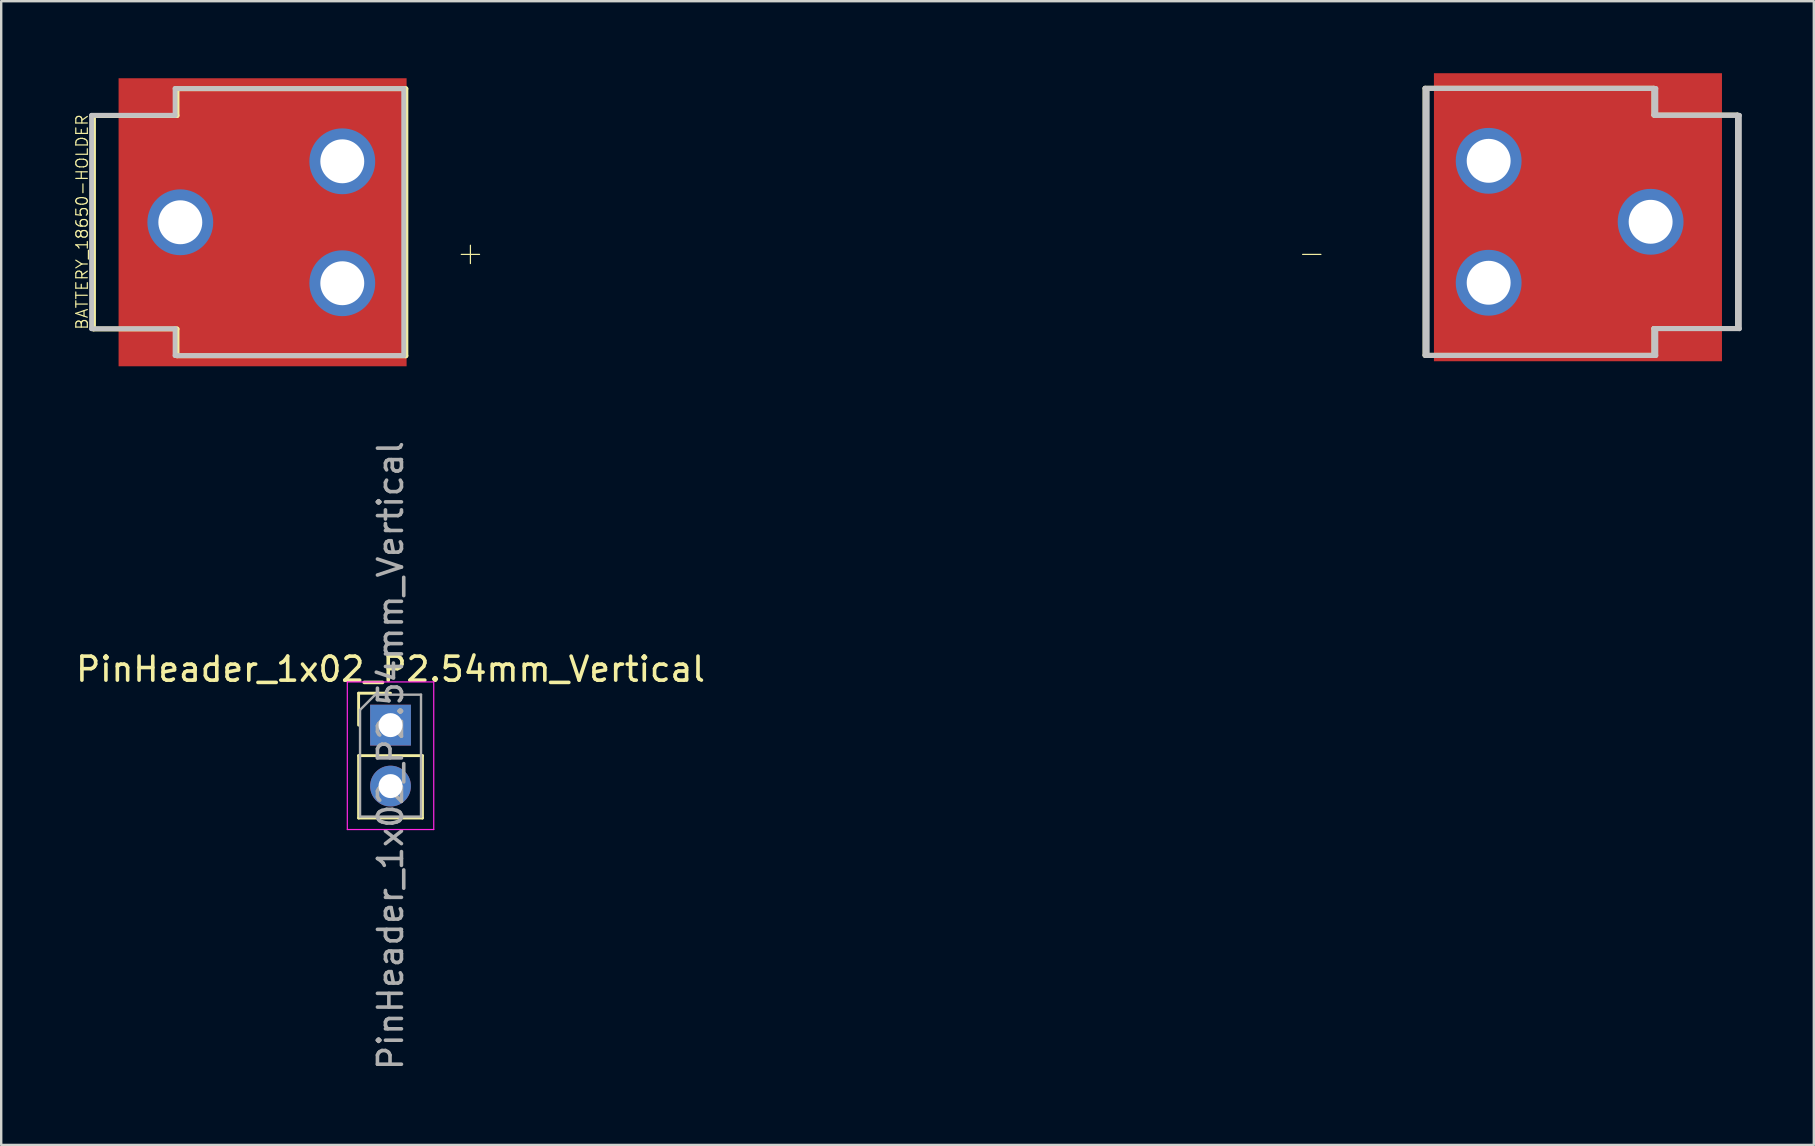
<source format=kicad_pcb>
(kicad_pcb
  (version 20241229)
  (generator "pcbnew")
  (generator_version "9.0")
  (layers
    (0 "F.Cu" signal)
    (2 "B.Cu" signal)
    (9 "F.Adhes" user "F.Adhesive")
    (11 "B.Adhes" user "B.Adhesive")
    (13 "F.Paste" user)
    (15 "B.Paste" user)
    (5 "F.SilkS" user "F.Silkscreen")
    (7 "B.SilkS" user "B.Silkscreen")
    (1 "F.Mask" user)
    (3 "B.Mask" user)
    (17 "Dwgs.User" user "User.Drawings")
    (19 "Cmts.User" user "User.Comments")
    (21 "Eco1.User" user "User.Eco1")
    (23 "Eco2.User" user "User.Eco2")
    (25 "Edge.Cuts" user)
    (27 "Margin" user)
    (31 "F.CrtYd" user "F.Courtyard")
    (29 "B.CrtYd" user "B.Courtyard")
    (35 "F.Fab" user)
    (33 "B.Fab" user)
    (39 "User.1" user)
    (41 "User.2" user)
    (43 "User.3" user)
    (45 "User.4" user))
  (footprint "BATTERY_18650-HOLDER"
    (layer "F.Cu")
    (at 35.09 6.2)
    (property "Reference" "BATTERY_18650-HOLDER" (at -34.722 0 90) (layer "F.SilkS") (effects (font (size 0.48 0.48) (thickness 0.05))))
    (attr through_hole)
    (fp_line (start -34.245 -4.435) (end -30.765 -4.435) (stroke (width 0.203) (type solid)) (layer "F.SilkS"))
    (fp_line (start -34.245 4.455) (end -34.245 -4.435) (stroke (width 0.203) (type solid)) (layer "F.SilkS"))
    (fp_line (start -30.765 -5.553) (end -21.23 -5.553) (stroke (width 0.203) (type solid)) (layer "F.SilkS"))
    (fp_line (start -30.765 -4.435) (end -30.765 -5.553) (stroke (width 0.203) (type solid)) (layer "F.SilkS"))
    (fp_line (start -30.765 4.455) (end -34.245 4.455) (stroke (width 0.203) (type solid)) (layer "F.SilkS"))
    (fp_line (start -30.765 5.573) (end -30.765 4.455) (stroke (width 0.203) (type solid)) (layer "F.SilkS"))
    (fp_line (start -21.23 -5.553) (end -21.23 5.573) (stroke (width 0.203) (type solid)) (layer "F.SilkS"))
    (fp_line (start -21.23 5.573) (end -30.765 5.573) (stroke (width 0.203) (type solid)) (layer "F.SilkS"))
    (fp_line (start 21.23 -5.573) (end 30.765 -5.573) (stroke (width 0.203) (type solid)) (layer "F.SilkS"))
    (fp_line (start 21.23 5.553) (end 21.23 -5.573) (stroke (width 0.203) (type solid)) (layer "F.SilkS"))
    (fp_line (start 30.765 -5.573) (end 30.765 -4.455) (stroke (width 0.203) (type solid)) (layer "F.SilkS"))
    (fp_line (start 30.765 -4.455) (end 34.245 -4.455) (stroke (width 0.203) (type solid)) (layer "F.SilkS"))
    (fp_line (start 30.765 4.435) (end 30.765 5.553) (stroke (width 0.203) (type solid)) (layer "F.SilkS"))
    (fp_line (start 30.765 5.553) (end 21.23 5.553) (stroke (width 0.203) (type solid)) (layer "F.SilkS"))
    (fp_line (start 34.245 -4.455) (end 34.245 4.435) (stroke (width 0.203) (type solid)) (layer "F.SilkS"))
    (fp_line (start 34.245 4.435) (end 30.765 4.435) (stroke (width 0.203) (type solid)) (layer "F.SilkS"))
    (fp_line (start -34.325 -4.445) (end -30.845 -4.445) (stroke (width 0.203) (type solid)) (layer "Dwgs.User"))
    (fp_line (start -34.325 4.445) (end -34.325 -4.445) (stroke (width 0.203) (type solid)) (layer "Dwgs.User"))
    (fp_line (start -30.845 -5.563) (end -21.32 -5.563) (stroke (width 0.203) (type solid)) (layer "Dwgs.User"))
    (fp_line (start -30.845 -4.445) (end -30.845 -5.563) (stroke (width 0.203) (type solid)) (layer "Dwgs.User"))
    (fp_line (start -30.845 4.445) (end -34.325 4.445) (stroke (width 0.203) (type solid)) (layer "Dwgs.User"))
    (fp_line (start -30.845 5.563) (end -30.845 4.445) (stroke (width 0.203) (type solid)) (layer "Dwgs.User"))
    (fp_line (start -21.32 -5.563) (end -21.32 5.563) (stroke (width 0.203) (type solid)) (layer "Dwgs.User"))
    (fp_line (start -21.32 5.563) (end -30.845 5.563) (stroke (width 0.203) (type solid)) (layer "Dwgs.User"))
    (fp_line (start 21.23 -5.573) (end 30.765 -5.573) (stroke (width 0.203) (type solid)) (layer "Dwgs.User"))
    (fp_line (start 21.23 5.553) (end 21.23 -5.573) (stroke (width 0.203) (type solid)) (layer "Dwgs.User"))
    (fp_line (start 21.32 -5.563) (end 30.845 -5.563) (stroke (width 0.203) (type solid)) (layer "Dwgs.User"))
    (fp_line (start 21.32 5.563) (end 21.32 -5.563) (stroke (width 0.203) (type solid)) (layer "Dwgs.User"))
    (fp_line (start 30.765 -5.573) (end 30.765 -4.455) (stroke (width 0.203) (type solid)) (layer "Dwgs.User"))
    (fp_line (start 30.765 -4.455) (end 34.245 -4.455) (stroke (width 0.203) (type solid)) (layer "Dwgs.User"))
    (fp_line (start 30.765 4.435) (end 30.765 5.553) (stroke (width 0.203) (type solid)) (layer "Dwgs.User"))
    (fp_line (start 30.765 5.553) (end 21.23 5.553) (stroke (width 0.203) (type solid)) (layer "Dwgs.User"))
    (fp_line (start 30.845 -5.563) (end 30.845 -4.445) (stroke (width 0.203) (type solid)) (layer "Dwgs.User"))
    (fp_line (start 30.845 -4.445) (end 34.325 -4.445) (stroke (width 0.203) (type solid)) (layer "Dwgs.User"))
    (fp_line (start 30.845 4.445) (end 30.845 5.563) (stroke (width 0.203) (type solid)) (layer "Dwgs.User"))
    (fp_line (start 30.845 5.563) (end 21.32 5.563) (stroke (width 0.203) (type solid)) (layer "Dwgs.User"))
    (fp_line (start 34.245 -4.455) (end 34.245 4.435) (stroke (width 0.203) (type solid)) (layer "Dwgs.User"))
    (fp_line (start 34.245 4.435) (end 30.765 4.435) (stroke (width 0.203) (type solid)) (layer "Dwgs.User"))
    (fp_line (start 34.325 -4.445) (end 34.325 4.445) (stroke (width 0.203) (type solid)) (layer "Dwgs.User"))
    (fp_line (start 34.325 4.445) (end 30.845 4.445) (stroke (width 0.203) (type solid)) (layer "Dwgs.User"))
    (fp_text user "+" (at -18.542 1.27 0) (layer "F.SilkS") (effects (font (size 1 1) (thickness 0.05))))
    (fp_text user "-" (at 16.51 1.27 0) (layer "F.SilkS") (effects (font (size 1 1) (thickness 0.05))))
    (pad "1" thru_hole circle (at -30.628 0.01 180) (size 2.743 2.743) (drill 1.829) (layers "*.Cu" "*.Mask"))
    (pad "1" smd rect (at -27.2 0.01 180) (size 12 12) (layers "F.Cu" "F.Mask" "F.Paste"))
    (pad "2" smd rect (at 27.6 -0.2) (size 12 12) (layers "F.Cu" "F.Mask" "F.Paste"))
    (pad "2" thru_hole circle (at 30.628 -0.01) (size 2.743 2.743) (drill 1.829) (layers "*.Cu" "*.Mask"))
    (pad "GND@2" thru_hole circle (at 23.88 -2.55 90) (size 2.743 2.743) (drill 1.829) (layers "*.Cu" "*.Mask"))
    (pad "GND@3" thru_hole circle (at 23.88 2.53 90) (size 2.743 2.743) (drill 1.829) (layers "*.Cu" "*.Mask"))
    (pad "PWR@2" thru_hole circle (at -23.88 -2.53 270) (size 2.743 2.743) (drill 1.829) (layers "*.Cu" "*.Mask"))
    (pad "PWR@3" thru_hole circle (at -23.88 2.55 270) (size 2.743 2.743) (drill 1.829) (layers "*.Cu" "*.Mask")))
  (footprint "PinHeader_1x02_P2.54mm_Vertical"
    (layer "F.Cu")
    (at 13.22 27.16)
    (property "Reference" "PinHeader_1x02_P2.54mm_Vertical" (at 0 -2.33 0) (layer "F.SilkS") (effects (font (size 1 1) (thickness 0.15))))
    (attr through_hole)
    (fp_line (start -1.33 -1.33) (end 0 -1.33) (stroke (width 0.12) (type solid)) (layer "F.SilkS"))
    (fp_line (start -1.33 0) (end -1.33 -1.33) (stroke (width 0.12) (type solid)) (layer "F.SilkS"))
    (fp_line (start -1.33 1.27) (end -1.33 3.87) (stroke (width 0.12) (type solid)) (layer "F.SilkS"))
    (fp_line (start -1.33 1.27) (end 1.33 1.27) (stroke (width 0.12) (type solid)) (layer "F.SilkS"))
    (fp_line (start -1.33 3.87) (end 1.33 3.87) (stroke (width 0.12) (type solid)) (layer "F.SilkS"))
    (fp_line (start 1.33 1.27) (end 1.33 3.87) (stroke (width 0.12) (type solid)) (layer "F.SilkS"))
    (fp_line (start -1.8 -1.8) (end -1.8 4.35) (stroke (width 0.05) (type solid)) (layer "F.CrtYd"))
    (fp_line (start -1.8 4.35) (end 1.8 4.35) (stroke (width 0.05) (type solid)) (layer "F.CrtYd"))
    (fp_line (start 1.8 -1.8) (end -1.8 -1.8) (stroke (width 0.05) (type solid)) (layer "F.CrtYd"))
    (fp_line (start 1.8 4.35) (end 1.8 -1.8) (stroke (width 0.05) (type solid)) (layer "F.CrtYd"))
    (fp_line (start -1.27 -0.635) (end -0.635 -1.27) (stroke (width 0.1) (type solid)) (layer "F.Fab"))
    (fp_line (start -1.27 3.81) (end -1.27 -0.635) (stroke (width 0.1) (type solid)) (layer "F.Fab"))
    (fp_line (start -0.635 -1.27) (end 1.27 -1.27) (stroke (width 0.1) (type solid)) (layer "F.Fab"))
    (fp_line (start 1.27 -1.27) (end 1.27 3.81) (stroke (width 0.1) (type solid)) (layer "F.Fab"))
    (fp_line (start 1.27 3.81) (end -1.27 3.81) (stroke (width 0.1) (type solid)) (layer "F.Fab"))
    (fp_text user "${REFERENCE}" (at 0 1.27 270) (layer "F.Fab") (effects (font (size 1 1) (thickness 0.15))))
    (pad "1" thru_hole rect (at 0 0) (size 1.7 1.7) (drill 1) (layers "*.Cu" "*.Mask"))
    (pad "2" thru_hole oval (at 0 2.54) (size 1.7 1.7) (drill 1) (layers "*.Cu" "*.Mask")))
  (gr_rect
    (start -3 -3)
    (end 72.517 44.65)
    (stroke (width 0.1) (type default))
    (fill no)
    (layer "Edge.Cuts")))
</source>
